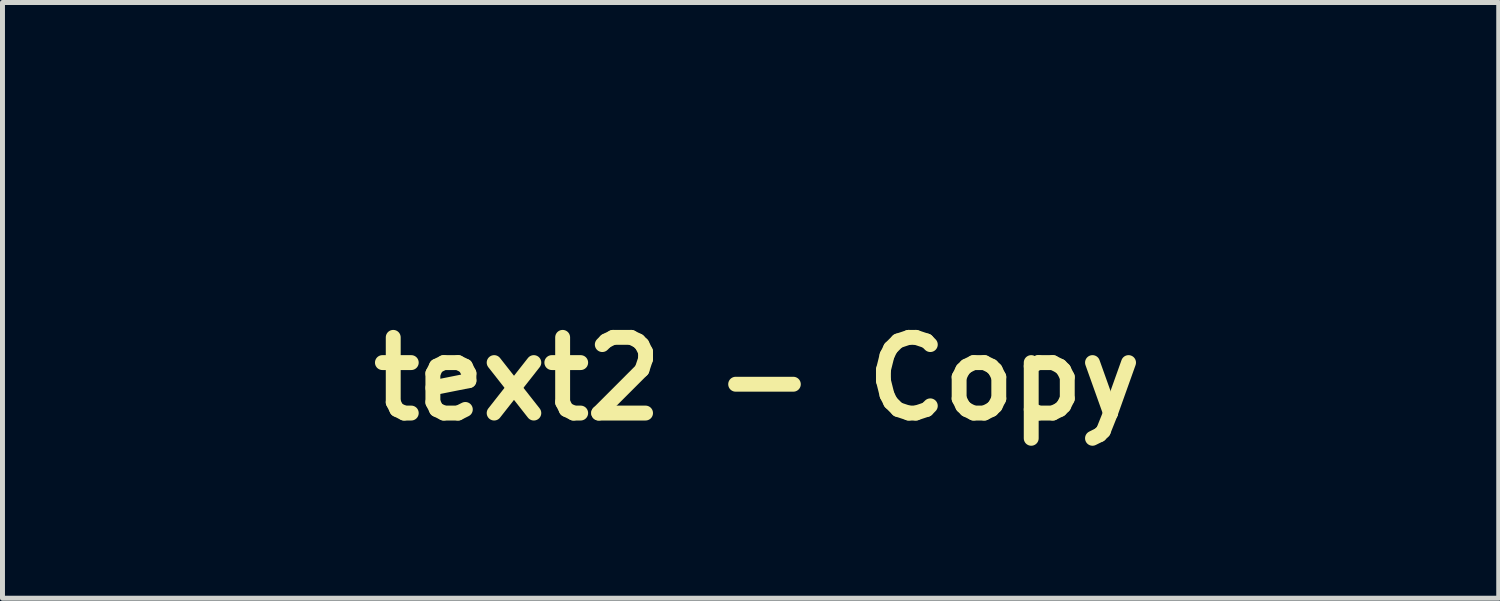
<source format=kicad_pcb>
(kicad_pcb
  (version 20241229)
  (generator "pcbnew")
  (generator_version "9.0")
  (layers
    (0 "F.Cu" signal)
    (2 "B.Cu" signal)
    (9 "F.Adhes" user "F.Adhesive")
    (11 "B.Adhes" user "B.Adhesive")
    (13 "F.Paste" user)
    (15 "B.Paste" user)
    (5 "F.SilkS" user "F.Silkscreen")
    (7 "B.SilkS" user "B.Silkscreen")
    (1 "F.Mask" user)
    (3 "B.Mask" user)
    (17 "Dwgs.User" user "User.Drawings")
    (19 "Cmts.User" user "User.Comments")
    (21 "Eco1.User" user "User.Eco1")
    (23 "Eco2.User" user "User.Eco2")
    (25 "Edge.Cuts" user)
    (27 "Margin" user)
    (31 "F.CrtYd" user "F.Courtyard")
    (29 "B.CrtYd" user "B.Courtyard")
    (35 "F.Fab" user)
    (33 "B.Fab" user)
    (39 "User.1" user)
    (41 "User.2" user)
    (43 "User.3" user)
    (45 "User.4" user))
  (footprint "text2 - Copy"
    (layer "F.Cu")
    (at 12.197 4.577)
    (property "Reference" "text2 - Copy" (at 0 0 0) (layer "F.SilkS") (effects (font (size 1.524 1.524) (thickness 0.3))))
    (attr through_hole)
    (fp_poly (pts (xy -8.664 0.229) (xy -8.636 0.339) (xy -8.696 0.48) (xy -8.805 0.508) (xy -8.947 0.448) (xy -8.975 0.339) (xy -8.915 0.197) (xy -8.805 0.169) (xy -8.664 0.229)) (stroke (width 0.01) (type solid)) (fill yes) (layer "F.Mask"))
    (fp_poly (pts (xy -5.675 -4.508) (xy -5.673 -4.487) (xy -5.737 -4.405) (xy -5.757 -4.403) (xy -5.84 -4.467) (xy -5.842 -4.487) (xy -5.778 -4.57) (xy -5.757 -4.572) (xy -5.675 -4.508)) (stroke (width 0.01) (type solid)) (fill yes) (layer "F.Mask"))
    (fp_poly (pts (xy 7 0.229) (xy 7.027 0.339) (xy 6.967 0.48) (xy 6.858 0.508) (xy 6.716 0.448) (xy 6.689 0.339) (xy 6.749 0.197) (xy 6.858 0.169) (xy 7 0.229)) (stroke (width 0.01) (type solid)) (fill yes) (layer "F.Mask"))
    (fp_poly (pts (xy 2.667 -2.667) (xy 2.179 -2.642) (xy 1.874 -2.639) (xy 1.704 -2.674) (xy 1.645 -2.736) (xy 1.625 -2.882) (xy 1.619 -3.134) (xy 1.625 -3.354) (xy 1.644 -3.725) (xy 1.778 -3.725) (xy 1.778 -2.794) (xy 2.54 -2.794) (xy 2.54 -3.725) (xy 1.778 -3.725) (xy 1.644 -3.725) (xy 1.651 -3.852) (xy 2.667 -3.852) (xy 2.667 -2.667)) (stroke (width 0.01) (type solid)) (fill yes) (layer "F.Mask"))
    (fp_poly (pts (xy 10.202 0.466) (xy 9.714 0.491) (xy 9.409 0.494) (xy 9.24 0.458) (xy 9.181 0.397) (xy 9.16 0.251) (xy 9.154 -0.001) (xy 9.161 -0.221) (xy 9.18 -0.593) (xy 9.313 -0.593) (xy 9.313 0.339) (xy 10.075 0.339) (xy 10.075 -0.593) (xy 9.313 -0.593) (xy 9.18 -0.593) (xy 9.186 -0.72) (xy 10.202 -0.72) (xy 10.202 0.466)) (stroke (width 0.01) (type solid)) (fill yes) (layer "F.Mask"))
    (fp_poly (pts (xy -5.673 -3.26) (xy -5.683 -2.94) (xy -5.712 -2.717) (xy -5.753 -2.625) (xy -5.757 -2.625) (xy -5.802 -2.702) (xy -5.832 -2.908) (xy -5.842 -3.175) (xy -5.847 -3.473) (xy -5.871 -3.639) (xy -5.924 -3.711) (xy -6.011 -3.725) (xy -6.149 -3.761) (xy -6.181 -3.81) (xy -6.107 -3.869) (xy -5.93 -3.895) (xy -5.927 -3.895) (xy -5.673 -3.895) (xy -5.673 -3.26)) (stroke (width 0.01) (type solid)) (fill yes) (layer "F.Mask"))
    (fp_poly (pts (xy -7.26 -3.865) (xy -6.971 -3.854) (xy -6.81 -3.826) (xy -6.736 -3.763) (xy -6.707 -3.646) (xy -6.704 -3.619) (xy -6.713 -3.452) (xy -6.768 -3.387) (xy -6.84 -3.458) (xy -6.858 -3.561) (xy -6.879 -3.669) (xy -6.973 -3.713) (xy -7.184 -3.711) (xy -7.218 -3.709) (xy -7.578 -3.683) (xy -7.603 -3.154) (xy -7.633 -2.826) (xy -7.676 -2.661) (xy -7.723 -2.653) (xy -7.763 -2.797) (xy -7.787 -3.087) (xy -7.789 -3.251) (xy -7.789 -3.877) (xy -7.26 -3.865)) (stroke (width 0.01) (type solid)) (fill yes) (layer "F.Mask"))
    (fp_poly (pts (xy 0.529 -3.865) (xy 0.819 -3.854) (xy 0.98 -3.826) (xy 1.054 -3.763) (xy 1.082 -3.646) (xy 1.085 -3.619) (xy 1.077 -3.452) (xy 1.022 -3.387) (xy 0.949 -3.458) (xy 0.931 -3.561) (xy 0.91 -3.669) (xy 0.816 -3.713) (xy 0.605 -3.711) (xy 0.572 -3.709) (xy 0.212 -3.683) (xy 0.186 -3.154) (xy 0.157 -2.826) (xy 0.113 -2.661) (xy 0.067 -2.653) (xy 0.026 -2.797) (xy 0.003 -3.087) (xy 0 -3.251) (xy 0 -3.877) (xy 0.529 -3.865)) (stroke (width 0.01) (type solid)) (fill yes) (layer "F.Mask"))
    (fp_poly (pts (xy 10.52 -3.864) (xy 10.964 -3.852) (xy 10.989 -3.239) (xy 10.992 -2.894) (xy 10.967 -2.684) (xy 10.926 -2.625) (xy 10.877 -2.704) (xy 10.846 -2.919) (xy 10.837 -3.18) (xy 10.837 -3.736) (xy 10.562 -3.71) (xy 10.412 -3.689) (xy 10.327 -3.635) (xy 10.287 -3.508) (xy 10.267 -3.267) (xy 10.262 -3.154) (xy 10.232 -2.826) (xy 10.189 -2.661) (xy 10.142 -2.653) (xy 10.102 -2.797) (xy 10.078 -3.088) (xy 10.075 -3.251) (xy 10.075 -3.877) (xy 10.52 -3.864)) (stroke (width 0.01) (type solid)) (fill yes) (layer "F.Mask"))
    (fp_poly (pts (xy -10.445 -1.364) (xy -10.416 -1.177) (xy -10.414 -1.105) (xy -10.414 -0.771) (xy -9.525 -0.72) (xy -9.525 0.466) (xy -10.054 0.478) (xy -10.583 0.49) (xy -10.583 -0.474) (xy -10.581 -0.593) (xy -10.414 -0.593) (xy -10.414 -0.183) (xy -10.403 0.067) (xy -10.376 0.242) (xy -10.358 0.282) (xy -10.243 0.319) (xy -10.032 0.338) (xy -9.977 0.339) (xy -9.652 0.339) (xy -9.652 -0.593) (xy -10.414 -0.593) (xy -10.581 -0.593) (xy -10.576 -0.905) (xy -10.556 -1.222) (xy -10.525 -1.403) (xy -10.499 -1.439) (xy -10.445 -1.364)) (stroke (width 0.01) (type solid)) (fill yes) (layer "F.Mask"))
    (fp_poly (pts (xy 3.44 -1.364) (xy 3.469 -1.177) (xy 3.471 -1.105) (xy 3.471 -0.771) (xy 4.36 -0.72) (xy 4.385 -0.106) (xy 4.388 0.238) (xy 4.363 0.448) (xy 4.322 0.508) (xy 4.273 0.429) (xy 4.242 0.214) (xy 4.233 -0.042) (xy 4.233 -0.593) (xy 3.471 -0.593) (xy 3.471 -0.042) (xy 3.459 0.245) (xy 3.428 0.442) (xy 3.387 0.508) (xy 3.349 0.427) (xy 3.321 0.197) (xy 3.305 -0.161) (xy 3.302 -0.466) (xy 3.309 -0.899) (xy 3.329 -1.218) (xy 3.36 -1.402) (xy 3.387 -1.439) (xy 3.44 -1.364)) (stroke (width 0.01) (type solid)) (fill yes) (layer "F.Mask"))
    (fp_poly (pts (xy -9.26 -4.497) (xy -9.231 -4.31) (xy -9.229 -4.238) (xy -9.229 -3.904) (xy -8.784 -3.878) (xy -8.34 -3.852) (xy -8.315 -3.239) (xy -8.312 -2.894) (xy -8.337 -2.684) (xy -8.378 -2.625) (xy -8.427 -2.704) (xy -8.458 -2.919) (xy -8.467 -3.175) (xy -8.467 -3.725) (xy -9.229 -3.725) (xy -9.229 -3.175) (xy -9.241 -2.887) (xy -9.272 -2.691) (xy -9.313 -2.625) (xy -9.351 -2.706) (xy -9.379 -2.936) (xy -9.395 -3.294) (xy -9.398 -3.598) (xy -9.391 -4.032) (xy -9.371 -4.35) (xy -9.34 -4.534) (xy -9.313 -4.572) (xy -9.26 -4.497)) (stroke (width 0.01) (type solid)) (fill yes) (layer "F.Mask"))
    (fp_poly (pts (xy -0.568 -4.532) (xy -0.508 -4.491) (xy -0.587 -4.443) (xy -0.802 -4.411) (xy -1.062 -4.403) (xy -1.615 -4.403) (xy -1.566 -2.836) (xy -0.677 -2.785) (xy -0.677 -3.255) (xy -0.664 -3.512) (xy -0.628 -3.682) (xy -0.593 -3.725) (xy -0.548 -3.648) (xy -0.518 -3.442) (xy -0.508 -3.175) (xy -0.508 -2.625) (xy -1.003 -2.625) (xy -1.326 -2.641) (xy -1.529 -2.697) (xy -1.641 -2.783) (xy -1.71 -2.891) (xy -1.751 -3.051) (xy -1.766 -3.3) (xy -1.762 -3.676) (xy -1.76 -3.736) (xy -1.736 -4.53) (xy -1.122 -4.555) (xy -0.778 -4.557) (xy -0.568 -4.532)) (stroke (width 0.01) (type solid)) (fill yes) (layer "F.Mask"))
    (fp_poly (pts (xy 2.682 -0.719) (xy 2.759 -0.647) (xy 2.763 -0.636) (xy 2.776 -0.488) (xy 2.751 -0.441) (xy 2.671 -0.447) (xy 2.648 -0.487) (xy 2.542 -0.556) (xy 2.314 -0.591) (xy 2.237 -0.593) (xy 1.863 -0.593) (xy 1.863 0.339) (xy 2.237 0.339) (xy 2.491 0.316) (xy 2.634 0.255) (xy 2.648 0.233) (xy 2.719 0.171) (xy 2.751 0.187) (xy 2.781 0.307) (xy 2.765 0.377) (xy 2.656 0.456) (xy 2.442 0.502) (xy 2.182 0.515) (xy 1.937 0.493) (xy 1.767 0.436) (xy 1.728 0.393) (xy 1.709 0.249) (xy 1.703 -0.001) (xy 1.71 -0.221) (xy 1.736 -0.72) (xy 2.224 -0.745) (xy 2.517 -0.75) (xy 2.682 -0.719)) (stroke (width 0.01) (type solid)) (fill yes) (layer "F.Mask"))
    (fp_poly (pts (xy 8.524 -0.719) (xy 8.601 -0.647) (xy 8.605 -0.636) (xy 8.618 -0.488) (xy 8.593 -0.441) (xy 8.513 -0.447) (xy 8.49 -0.487) (xy 8.384 -0.556) (xy 8.156 -0.591) (xy 8.079 -0.593) (xy 7.705 -0.593) (xy 7.705 0.339) (xy 8.079 0.339) (xy 8.333 0.316) (xy 8.476 0.255) (xy 8.49 0.233) (xy 8.561 0.171) (xy 8.593 0.187) (xy 8.623 0.307) (xy 8.607 0.377) (xy 8.498 0.456) (xy 8.284 0.502) (xy 8.024 0.515) (xy 7.779 0.493) (xy 7.609 0.436) (xy 7.57 0.393) (xy 7.551 0.249) (xy 7.545 -0.001) (xy 7.552 -0.221) (xy 7.578 -0.72) (xy 8.066 -0.745) (xy 8.359 -0.75) (xy 8.524 -0.719)) (stroke (width 0.01) (type solid)) (fill yes) (layer "F.Mask"))
    (fp_poly (pts (xy -12.065 -1.36) (xy -12.035 -1.146) (xy -12.023 -0.829) (xy -12.023 -0.787) (xy -12.023 -0.135) (xy -11.686 -0.464) (xy -11.495 -0.637) (xy -11.354 -0.738) (xy -11.305 -0.75) (xy -11.333 -0.672) (xy -11.455 -0.526) (xy -11.517 -0.464) (xy -11.771 -0.22) (xy -11.413 0.144) (xy -11.212 0.366) (xy -11.137 0.484) (xy -11.179 0.491) (xy -11.328 0.382) (xy -11.525 0.202) (xy -11.759 0.009) (xy -11.917 -0.036) (xy -12.003 0.07) (xy -12.023 0.259) (xy -12.048 0.435) (xy -12.107 0.508) (xy -12.145 0.427) (xy -12.173 0.197) (xy -12.189 -0.161) (xy -12.192 -0.466) (xy -12.185 -0.899) (xy -12.165 -1.218) (xy -12.134 -1.402) (xy -12.107 -1.439) (xy -12.065 -1.36)) (stroke (width 0.01) (type solid)) (fill yes) (layer "F.Mask"))
    (fp_poly (pts (xy -6.985 -0.72) (xy -6.96 -0.106) (xy -6.958 0.238) (xy -6.982 0.448) (xy -7.024 0.508) (xy -7.072 0.429) (xy -7.103 0.214) (xy -7.112 -0.042) (xy -7.117 -0.34) (xy -7.141 -0.506) (xy -7.194 -0.578) (xy -7.281 -0.593) (xy -7.373 -0.576) (xy -7.424 -0.499) (xy -7.446 -0.326) (xy -7.451 -0.042) (xy -7.463 0.245) (xy -7.494 0.442) (xy -7.535 0.508) (xy -7.579 0.43) (xy -7.61 0.224) (xy -7.62 -0.049) (xy -7.626 -0.348) (xy -7.648 -0.513) (xy -7.698 -0.576) (xy -7.768 -0.577) (xy -7.854 -0.527) (xy -7.906 -0.393) (xy -7.935 -0.139) (xy -7.942 -0.02) (xy -7.971 0.307) (xy -8.015 0.472) (xy -8.061 0.48) (xy -8.102 0.336) (xy -8.125 0.045) (xy -8.128 -0.118) (xy -8.128 -0.745) (xy -6.985 -0.72)) (stroke (width 0.01) (type solid)) (fill yes) (layer "F.Mask"))
    (fp_poly (pts (xy -0.466 -0.72) (xy -0.441 -0.106) (xy -0.438 0.238) (xy -0.463 0.448) (xy -0.504 0.508) (xy -0.553 0.429) (xy -0.584 0.214) (xy -0.593 -0.042) (xy -0.598 -0.34) (xy -0.621 -0.506) (xy -0.675 -0.578) (xy -0.762 -0.593) (xy -0.854 -0.576) (xy -0.905 -0.499) (xy -0.927 -0.326) (xy -0.931 -0.042) (xy -0.943 0.245) (xy -0.975 0.442) (xy -1.016 0.508) (xy -1.06 0.43) (xy -1.09 0.224) (xy -1.101 -0.049) (xy -1.106 -0.348) (xy -1.129 -0.513) (xy -1.179 -0.576) (xy -1.249 -0.577) (xy -1.335 -0.527) (xy -1.387 -0.393) (xy -1.416 -0.139) (xy -1.422 -0.02) (xy -1.452 0.307) (xy -1.495 0.472) (xy -1.542 0.48) (xy -1.582 0.336) (xy -1.606 0.045) (xy -1.609 -0.118) (xy -1.609 -0.745) (xy -0.466 -0.72)) (stroke (width 0.01) (type solid)) (fill yes) (layer "F.Mask"))
    (fp_poly (pts (xy 11.896 -0.72) (xy 11.921 -0.106) (xy 11.923 0.238) (xy 11.898 0.448) (xy 11.857 0.508) (xy 11.808 0.429) (xy 11.777 0.214) (xy 11.769 -0.042) (xy 11.763 -0.34) (xy 11.74 -0.506) (xy 11.687 -0.578) (xy 11.599 -0.593) (xy 11.508 -0.576) (xy 11.457 -0.499) (xy 11.435 -0.326) (xy 11.43 -0.042) (xy 11.418 0.245) (xy 11.386 0.442) (xy 11.345 0.508) (xy 11.301 0.43) (xy 11.271 0.224) (xy 11.261 -0.049) (xy 11.255 -0.348) (xy 11.232 -0.513) (xy 11.182 -0.576) (xy 11.113 -0.577) (xy 11.027 -0.527) (xy 10.975 -0.393) (xy 10.946 -0.139) (xy 10.939 -0.02) (xy 10.909 0.307) (xy 10.866 0.472) (xy 10.819 0.48) (xy 10.779 0.336) (xy 10.755 0.045) (xy 10.753 -0.118) (xy 10.753 -0.745) (xy 11.896 -0.72)) (stroke (width 0.01) (type solid)) (fill yes) (layer "F.Mask"))
    (fp_poly (pts (xy 7.345 -3.865) (xy 7.916 -3.852) (xy 7.941 -3.239) (xy 7.944 -2.894) (xy 7.919 -2.684) (xy 7.878 -2.625) (xy 7.829 -2.704) (xy 7.798 -2.919) (xy 7.789 -3.175) (xy 7.784 -3.473) (xy 7.761 -3.639) (xy 7.707 -3.711) (xy 7.62 -3.725) (xy 7.528 -3.708) (xy 7.477 -3.632) (xy 7.455 -3.459) (xy 7.451 -3.175) (xy 7.439 -2.887) (xy 7.407 -2.691) (xy 7.366 -2.625) (xy 7.322 -2.703) (xy 7.292 -2.909) (xy 7.281 -3.181) (xy 7.276 -3.481) (xy 7.253 -3.645) (xy 7.203 -3.709) (xy 7.133 -3.71) (xy 7.047 -3.659) (xy 6.995 -3.526) (xy 6.966 -3.272) (xy 6.96 -3.153) (xy 6.93 -2.826) (xy 6.887 -2.661) (xy 6.84 -2.653) (xy 6.8 -2.797) (xy 6.776 -3.087) (xy 6.773 -3.251) (xy 6.773 -3.877) (xy 7.345 -3.865)) (stroke (width 0.01) (type solid)) (fill yes) (layer "F.Mask"))
    (fp_poly (pts (xy -10.231 -4.527) (xy -10.052 -4.508) (xy -9.965 -4.46) (xy -9.931 -4.366) (xy -9.922 -4.297) (xy -9.93 -4.129) (xy -9.985 -4.064) (xy -10.058 -4.135) (xy -10.075 -4.233) (xy -10.096 -4.331) (xy -10.183 -4.382) (xy -10.378 -4.401) (xy -10.541 -4.403) (xy -11.007 -4.403) (xy -11.007 -2.794) (xy -10.541 -2.794) (xy -10.272 -2.801) (xy -10.132 -2.833) (xy -10.08 -2.904) (xy -10.075 -2.963) (xy -10.038 -3.101) (xy -9.985 -3.133) (xy -9.928 -3.061) (xy -9.922 -2.9) (xy -9.945 -2.776) (xy -10.005 -2.704) (xy -10.142 -2.667) (xy -10.395 -2.648) (xy -10.521 -2.642) (xy -10.855 -2.638) (xy -11.051 -2.665) (xy -11.135 -2.726) (xy -11.138 -2.733) (xy -11.155 -2.863) (xy -11.163 -3.12) (xy -11.163 -3.46) (xy -11.158 -3.689) (xy -11.134 -4.53) (xy -10.541 -4.53) (xy -10.231 -4.527)) (stroke (width 0.01) (type solid)) (fill yes) (layer "F.Mask"))
    (fp_poly (pts (xy -3.954 -3.855) (xy -3.895 -3.814) (xy -3.974 -3.765) (xy -4.189 -3.734) (xy -4.445 -3.725) (xy -4.743 -3.72) (xy -4.91 -3.696) (xy -4.981 -3.643) (xy -4.995 -3.56) (xy -4.974 -3.468) (xy -4.885 -3.413) (xy -4.692 -3.383) (xy -4.466 -3.37) (xy -3.937 -3.344) (xy -3.937 -2.667) (xy -4.51 -2.642) (xy -4.829 -2.636) (xy -5.018 -2.657) (xy -5.112 -2.712) (xy -5.134 -2.751) (xy -5.146 -2.899) (xy -5.121 -2.946) (xy -5.042 -2.94) (xy -5.019 -2.9) (xy -4.909 -2.831) (xy -4.655 -2.797) (xy -4.523 -2.794) (xy -4.258 -2.8) (xy -4.122 -2.83) (xy -4.071 -2.903) (xy -4.064 -3.002) (xy -4.076 -3.116) (xy -4.138 -3.181) (xy -4.289 -3.214) (xy -4.567 -3.233) (xy -4.593 -3.234) (xy -5.122 -3.26) (xy -5.122 -3.852) (xy -4.508 -3.877) (xy -4.164 -3.88) (xy -3.954 -3.855)) (stroke (width 0.01) (type solid)) (fill yes) (layer "F.Mask"))
    (fp_poly (pts (xy 4.428 -3.855) (xy 4.487 -3.814) (xy 4.408 -3.765) (xy 4.193 -3.734) (xy 3.937 -3.725) (xy 3.639 -3.72) (xy 3.472 -3.696) (xy 3.401 -3.643) (xy 3.387 -3.56) (xy 3.408 -3.468) (xy 3.497 -3.413) (xy 3.69 -3.383) (xy 3.916 -3.37) (xy 4.445 -3.344) (xy 4.445 -2.667) (xy 3.872 -2.642) (xy 3.553 -2.636) (xy 3.364 -2.657) (xy 3.27 -2.712) (xy 3.248 -2.751) (xy 3.236 -2.899) (xy 3.261 -2.946) (xy 3.34 -2.94) (xy 3.363 -2.9) (xy 3.473 -2.831) (xy 3.727 -2.797) (xy 3.859 -2.794) (xy 4.124 -2.8) (xy 4.26 -2.83) (xy 4.311 -2.903) (xy 4.318 -3.002) (xy 4.306 -3.116) (xy 4.244 -3.181) (xy 4.093 -3.214) (xy 3.815 -3.233) (xy 3.789 -3.234) (xy 3.26 -3.26) (xy 3.26 -3.852) (xy 3.873 -3.877) (xy 4.218 -3.88) (xy 4.428 -3.855)) (stroke (width 0.01) (type solid)) (fill yes) (layer "F.Mask"))
    (fp_poly (pts (xy 6.121 -0.722) (xy 6.181 -0.681) (xy 6.102 -0.632) (xy 5.887 -0.601) (xy 5.63 -0.593) (xy 5.332 -0.587) (xy 5.166 -0.563) (xy 5.094 -0.51) (xy 5.08 -0.427) (xy 5.101 -0.335) (xy 5.19 -0.281) (xy 5.384 -0.251) (xy 5.609 -0.237) (xy 6.138 -0.212) (xy 6.138 0.466) (xy 5.566 0.491) (xy 5.246 0.497) (xy 5.058 0.476) (xy 4.964 0.421) (xy 4.941 0.381) (xy 4.929 0.234) (xy 4.954 0.187) (xy 5.034 0.193) (xy 5.056 0.233) (xy 5.166 0.301) (xy 5.42 0.336) (xy 5.553 0.339) (xy 5.817 0.333) (xy 5.954 0.303) (xy 6.005 0.23) (xy 6.011 0.131) (xy 5.999 0.017) (xy 5.937 -0.048) (xy 5.786 -0.082) (xy 5.508 -0.101) (xy 5.482 -0.102) (xy 4.953 -0.127) (xy 4.953 -0.72) (xy 5.567 -0.745) (xy 5.911 -0.747) (xy 6.121 -0.722)) (stroke (width 0.01) (type solid)) (fill yes) (layer "F.Mask"))
    (fp_poly (pts (xy 6.206 -3.855) (xy 6.265 -3.814) (xy 6.186 -3.765) (xy 5.971 -3.734) (xy 5.715 -3.725) (xy 5.417 -3.72) (xy 5.25 -3.696) (xy 5.179 -3.643) (xy 5.165 -3.56) (xy 5.186 -3.468) (xy 5.275 -3.413) (xy 5.468 -3.383) (xy 5.694 -3.37) (xy 6.223 -3.344) (xy 6.223 -2.667) (xy 5.65 -2.642) (xy 5.331 -2.636) (xy 5.142 -2.657) (xy 5.048 -2.712) (xy 5.026 -2.751) (xy 5.014 -2.899) (xy 5.039 -2.946) (xy 5.118 -2.94) (xy 5.141 -2.9) (xy 5.251 -2.831) (xy 5.505 -2.797) (xy 5.637 -2.794) (xy 5.902 -2.8) (xy 6.038 -2.83) (xy 6.089 -2.903) (xy 6.096 -3.002) (xy 6.084 -3.116) (xy 6.022 -3.181) (xy 5.871 -3.214) (xy 5.593 -3.233) (xy 5.567 -3.234) (xy 5.038 -3.26) (xy 5.038 -3.852) (xy 5.652 -3.877) (xy 5.996 -3.88) (xy 6.206 -3.855)) (stroke (width 0.01) (type solid)) (fill yes) (layer "F.Mask"))
    (fp_poly (pts (xy -5.35 -0.402) (xy -5.324 -0.085) (xy -5.795 -0.085) (xy -6.063 -0.079) (xy -6.204 -0.051) (xy -6.257 0.019) (xy -6.265 0.127) (xy -6.25 0.258) (xy -6.172 0.319) (xy -5.987 0.338) (xy -5.884 0.339) (xy -5.657 0.355) (xy -5.521 0.398) (xy -5.503 0.423) (xy -5.577 0.48) (xy -5.758 0.507) (xy -5.989 0.506) (xy -6.211 0.479) (xy -6.365 0.428) (xy -6.4 0.393) (xy -6.419 0.249) (xy -6.425 -0.001) (xy -6.418 -0.221) (xy -6.408 -0.423) (xy -6.265 -0.423) (xy -6.24 -0.318) (xy -6.137 -0.267) (xy -5.912 -0.254) (xy -5.884 -0.254) (xy -5.646 -0.265) (xy -5.534 -0.311) (xy -5.503 -0.411) (xy -5.503 -0.423) (xy -5.528 -0.529) (xy -5.632 -0.579) (xy -5.857 -0.593) (xy -5.884 -0.593) (xy -6.122 -0.582) (xy -6.235 -0.536) (xy -6.265 -0.435) (xy -6.265 -0.423) (xy -6.408 -0.423) (xy -6.392 -0.72) (xy -5.376 -0.72) (xy -5.35 -0.402)) (stroke (width 0.01) (type solid)) (fill yes) (layer "F.Mask"))
    (fp_poly (pts (xy 1.169 -0.402) (xy 1.196 -0.085) (xy 0.725 -0.085) (xy 0.456 -0.079) (xy 0.316 -0.051) (xy 0.262 0.019) (xy 0.254 0.127) (xy 0.27 0.258) (xy 0.347 0.319) (xy 0.532 0.338) (xy 0.635 0.339) (xy 0.862 0.355) (xy 0.999 0.398) (xy 1.016 0.423) (xy 0.943 0.48) (xy 0.761 0.507) (xy 0.531 0.506) (xy 0.309 0.479) (xy 0.154 0.428) (xy 0.12 0.393) (xy 0.1 0.249) (xy 0.095 -0.001) (xy 0.101 -0.221) (xy 0.112 -0.423) (xy 0.254 -0.423) (xy 0.279 -0.318) (xy 0.382 -0.267) (xy 0.608 -0.254) (xy 0.635 -0.254) (xy 0.873 -0.265) (xy 0.986 -0.311) (xy 1.016 -0.411) (xy 1.016 -0.423) (xy 0.991 -0.529) (xy 0.888 -0.579) (xy 0.662 -0.593) (xy 0.635 -0.593) (xy 0.397 -0.582) (xy 0.284 -0.536) (xy 0.254 -0.435) (xy 0.254 -0.423) (xy 0.112 -0.423) (xy 0.127 -0.72) (xy 1.143 -0.72) (xy 1.169 -0.402)) (stroke (width 0.01) (type solid)) (fill yes) (layer "F.Mask"))
    (fp_poly (pts (xy -4.18 -1.364) (xy -4.151 -1.177) (xy -4.149 -1.101) (xy -4.137 -0.882) (xy -4.083 -0.785) (xy -3.955 -0.762) (xy -3.937 -0.762) (xy -3.778 -0.733) (xy -3.725 -0.677) (xy -3.798 -0.614) (xy -3.937 -0.593) (xy -4.058 -0.581) (xy -4.121 -0.517) (xy -4.145 -0.36) (xy -4.149 -0.127) (xy -4.143 0.14) (xy -4.114 0.279) (xy -4.043 0.331) (xy -3.937 0.339) (xy -3.778 0.368) (xy -3.725 0.423) (xy -3.796 0.48) (xy -3.96 0.506) (xy -4.14 0.498) (xy -4.261 0.452) (xy -4.262 0.452) (xy -4.292 0.342) (xy -4.313 0.118) (xy -4.318 -0.099) (xy -4.322 -0.375) (xy -4.346 -0.522) (xy -4.413 -0.581) (xy -4.542 -0.593) (xy -4.572 -0.593) (xy -4.75 -0.617) (xy -4.826 -0.676) (xy -4.826 -0.677) (xy -4.752 -0.737) (xy -4.575 -0.762) (xy -4.572 -0.762) (xy -4.409 -0.775) (xy -4.337 -0.848) (xy -4.318 -1.028) (xy -4.318 -1.101) (xy -4.299 -1.313) (xy -4.252 -1.431) (xy -4.233 -1.439) (xy -4.18 -1.364)) (stroke (width 0.01) (type solid)) (fill yes) (layer "F.Mask"))
    (fp_poly (pts (xy -2.687 -0.747) (xy -2.647 -0.745) (xy -2.159 -0.72) (xy -2.134 -0.119) (xy -2.11 0.482) (xy -2.623 0.498) (xy -2.937 0.495) (xy -3.114 0.458) (xy -3.183 0.391) (xy -3.209 0.218) (xy -3.206 0.132) (xy -3.048 0.132) (xy -3.034 0.267) (xy -2.961 0.324) (xy -2.782 0.329) (xy -2.688 0.322) (xy -2.453 0.29) (xy -2.339 0.22) (xy -2.301 0.106) (xy -2.301 -0.011) (xy -2.372 -0.067) (xy -2.555 -0.084) (xy -2.661 -0.085) (xy -2.898 -0.076) (xy -3.012 -0.035) (xy -3.046 0.066) (xy -3.048 0.132) (xy -3.206 0.132) (xy -3.202 0.028) (xy -3.174 -0.113) (xy -3.098 -0.188) (xy -2.932 -0.223) (xy -2.731 -0.237) (xy -2.467 -0.262) (xy -2.332 -0.308) (xy -2.288 -0.393) (xy -2.286 -0.428) (xy -2.313 -0.532) (xy -2.422 -0.581) (xy -2.657 -0.593) (xy -2.66 -0.593) (xy -2.914 -0.57) (xy -3.058 -0.509) (xy -3.072 -0.487) (xy -3.142 -0.425) (xy -3.174 -0.441) (xy -3.204 -0.561) (xy -3.186 -0.636) (xy -3.118 -0.714) (xy -2.964 -0.748) (xy -2.687 -0.747)) (stroke (width 0.01) (type solid)) (fill yes) (layer "F.Mask"))
    (fp_poly (pts (xy 8.997 -3.88) (xy 9.037 -3.878) (xy 9.525 -3.852) (xy 9.55 -3.251) (xy 9.574 -2.65) (xy 9.061 -2.635) (xy 8.747 -2.638) (xy 8.57 -2.675) (xy 8.501 -2.742) (xy 8.475 -2.914) (xy 8.478 -3.001) (xy 8.636 -3.001) (xy 8.65 -2.866) (xy 8.723 -2.809) (xy 8.902 -2.804) (xy 8.996 -2.81) (xy 9.231 -2.843) (xy 9.345 -2.913) (xy 9.383 -3.027) (xy 9.383 -3.144) (xy 9.312 -3.199) (xy 9.129 -3.217) (xy 9.023 -3.217) (xy 8.786 -3.209) (xy 8.672 -3.167) (xy 8.638 -3.067) (xy 8.636 -3.001) (xy 8.478 -3.001) (xy 8.482 -3.104) (xy 8.51 -3.245) (xy 8.586 -3.32) (xy 8.752 -3.355) (xy 8.954 -3.37) (xy 9.217 -3.395) (xy 9.352 -3.441) (xy 9.396 -3.526) (xy 9.398 -3.56) (xy 9.371 -3.665) (xy 9.262 -3.713) (xy 9.027 -3.725) (xy 9.024 -3.725) (xy 8.77 -3.702) (xy 8.626 -3.641) (xy 8.612 -3.619) (xy 8.542 -3.558) (xy 8.51 -3.574) (xy 8.48 -3.694) (xy 8.498 -3.768) (xy 8.566 -3.846) (xy 8.72 -3.881) (xy 8.997 -3.88)) (stroke (width 0.01) (type solid)) (fill yes) (layer "F.Mask")))
  (gr_rect
    (start -3 -3)
    (end 27.125 8.995)
    (stroke (width 0.1) (type default))
    (fill no)
    (layer "Edge.Cuts")))
</source>
